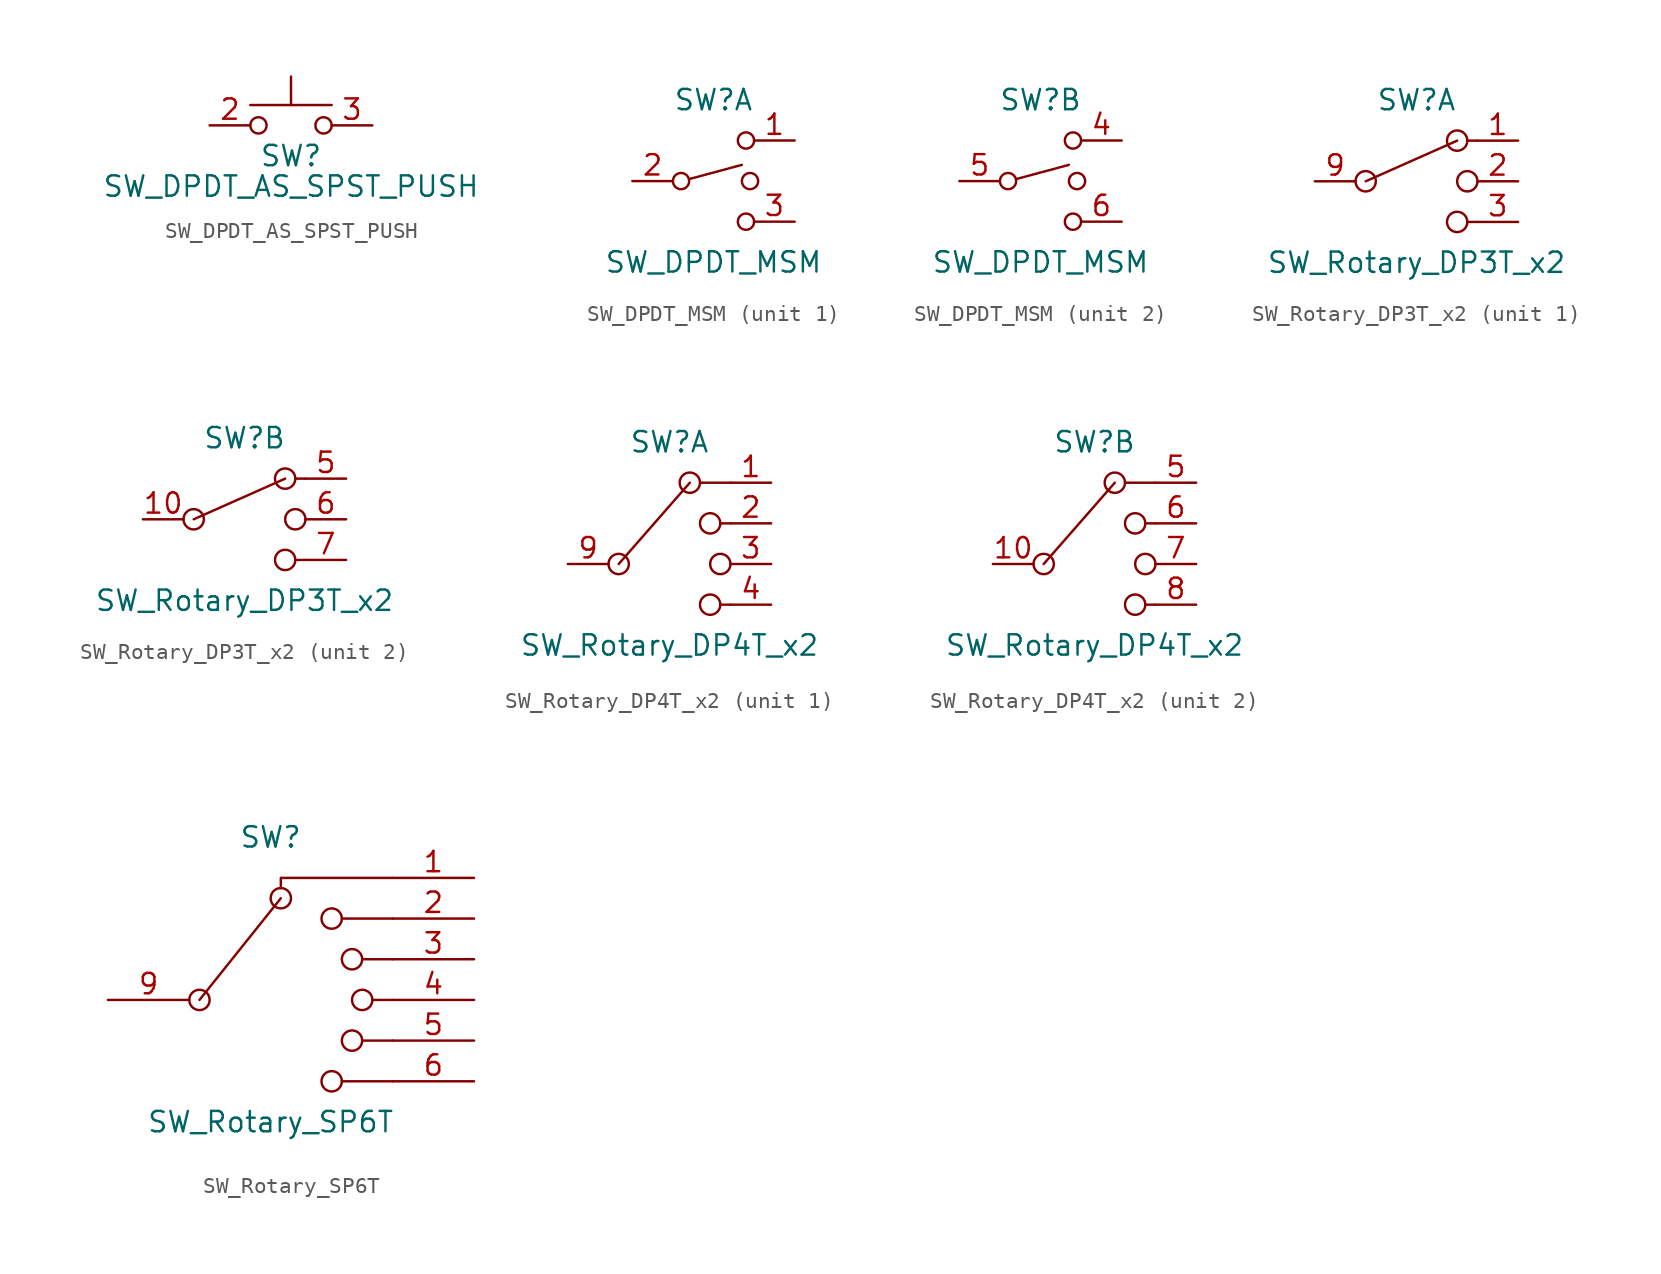
<source format=kicad_sym>
(kicad_symbol_lib
  (version 20231120)
  (generator "kicad_symbol_editor")
  (generator_version "8.0")
  (symbol "SW_DPDT_AS_SPST_PUSH"
    (pin_names
      (offset 0) hide)
    (property "Reference" "SW"
      (at 0 -1.905 0)
      (effects (font (size 1.27 1.27))))
    (property "Value" "SW_DPDT_AS_SPST_PUSH"
      (at 0 -3.81 0)
      (effects (font (size 1.27 1.27))))
    (symbol "SW_DPDT_AS_SPST_PUSH_0_0"
      (circle (center -2.032 0) (radius 0.508) (stroke (width 0) (type default)) (fill (type none)))
      (circle (center 2.032 0) (radius 0.508) (stroke (width 0) (type default)) (fill (type none))))
    (symbol "SW_DPDT_AS_SPST_PUSH_0_1"
      (polyline (pts (xy 0 1.27) (xy 0 3.048)) (stroke (width 0) (type default)) (fill (type none)))
      (polyline (pts (xy 2.54 1.27) (xy -2.54 1.27)) (stroke (width 0) (type default)) (fill (type none))))
    (symbol "SW_DPDT_AS_SPST_PUSH_1_1"
      (pin no_connect line (at 1.27 0 180) (length 2.54) hide (name "~" (effects (font (size 1.27 1.27)))) (number "1" (effects (font (size 1.27 1.27)))))
      (pin passive line (at -5.08 0 0) (length 2.54) (name "~" (effects (font (size 1.27 1.27)))) (number "2" (effects (font (size 1.27 1.27)))))
      (pin passive line (at 5.08 0 180) (length 2.54) (name "~" (effects (font (size 1.27 1.27)))) (number "3" (effects (font (size 1.27 1.27)))))
      (pin no_connect line (at -1.27 0 0) (length 2.54) hide (name "~" (effects (font (size 1.27 1.27)))) (number "4" (effects (font (size 1.27 1.27)))))
      (pin passive line (at -5.08 0 0) (length 2.54) hide (name "~" (effects (font (size 1.27 1.27)))) (number "5" (effects (font (size 1.27 1.27)))))
      (pin passive line (at 5.08 0 180) (length 2.54) hide (name "~" (effects (font (size 1.27 1.27)))) (number "6" (effects (font (size 1.27 1.27)))))))
  (symbol "SW_DPDT_MSM"
    (pin_names
      (offset 0) hide)
    (property "Reference" "SW"
      (at 0 5.08 0)
      (effects (font (size 1.27 1.27))))
    (property "Value" "SW_DPDT_MSM"
      (at 0 -5.08 0)
      (effects (font (size 1.27 1.27))))
    (property "ki_locked" ""
      (at 0 0 0)
      (effects (font (size 1.27 1.27))))
    (symbol "SW_DPDT_MSM_0_0"
      (circle (center -2.032 0) (radius 0.508) (stroke (width 0) (type default)) (fill (type none)))
      (polyline (pts (xy -1.524 0.127) (xy 1.778 1.016)) (stroke (width 0) (type default)) (fill (type none)))
      (circle (center 2.032 -2.54) (radius 0.508) (stroke (width 0) (type default)) (fill (type none))))
    (symbol "SW_DPDT_MSM_0_1"
      (circle (center 2.032 2.54) (radius 0.508) (stroke (width 0) (type default)) (fill (type none)))
      (circle (center 2.286 0) (radius 0.508) (stroke (width 0) (type default)) (fill (type none))))
    (symbol "SW_DPDT_MSM_1_1"
      (pin passive line (at 5.08 2.54 180) (length 2.54) (name "1" (effects (font (size 1.27 1.27)))) (number "1" (effects (font (size 1.27 1.27)))))
      (pin passive line (at -5.08 0 0) (length 2.54) (name "2" (effects (font (size 1.27 1.27)))) (number "2" (effects (font (size 1.27 1.27)))))
      (pin passive line (at 5.08 -2.54 180) (length 2.54) (name "3" (effects (font (size 1.27 1.27)))) (number "3" (effects (font (size 1.27 1.27))))))
    (symbol "SW_DPDT_MSM_2_1"
      (pin passive line (at 5.08 2.54 180) (length 2.54) (name "4" (effects (font (size 1.27 1.27)))) (number "4" (effects (font (size 1.27 1.27)))))
      (pin passive line (at -5.08 0 0) (length 2.54) (name "5" (effects (font (size 1.27 1.27)))) (number "5" (effects (font (size 1.27 1.27)))))
      (pin passive line (at 5.08 -2.54 180) (length 2.54) (name "6" (effects (font (size 1.27 1.27)))) (number "6" (effects (font (size 1.27 1.27)))))))
  (symbol "SW_Rotary_DP3T_x2"
    (pin_names
      (offset 1.016) hide)
    (property "Reference" "SW"
      (at 0 5.08 0)
      (effects (font (size 1.27 1.27))))
    (property "Value" "SW_Rotary_DP3T_x2"
      (at 0 -5.08 0)
      (effects (font (size 1.27 1.27))))
    (property "ki_locked" ""
      (at 0 0 0)
      (effects (font (size 1.27 1.27))))
    (symbol "SW_Rotary_DP3T_x2_1_0"
      (circle (center -3.175 0) (radius 0.635) (stroke (width 0) (type default)) (fill (type none)))
      (polyline (pts (xy 3.175 -2.54) (xy 3.81 -2.54)) (stroke (width 0) (type default)) (fill (type none)))
      (polyline (pts (xy 3.175 2.54) (xy 3.81 2.54)) (stroke (width 0) (type default)) (fill (type none)))
      (circle (center 2.54 -2.54) (radius 0.635) (stroke (width 0) (type default)) (fill (type none)))
      (circle (center 2.54 2.54) (radius 0.635) (stroke (width 0) (type default)) (fill (type none)))
      (circle (center 3.175 0) (radius 0.635) (stroke (width 0) (type default)) (fill (type none))))
    (symbol "SW_Rotary_DP3T_x2_1_1"
      (polyline (pts (xy -3.175 0) (xy 2.54 2.54)) (stroke (width 0) (type default)) (fill (type none)))
      (pin passive line (at 6.35 2.54 180) (length 2.54) (name "1" (effects (font (size 1.27 1.27)))) (number "1" (effects (font (size 1.27 1.27)))))
      (pin passive line (at 6.35 0 180) (length 2.54) (name "2" (effects (font (size 1.27 1.27)))) (number "2" (effects (font (size 1.27 1.27)))))
      (pin passive line (at 6.35 -2.54 180) (length 2.54) (name "3" (effects (font (size 1.27 1.27)))) (number "3" (effects (font (size 1.27 1.27)))))
      (pin no_connect line (at 0 0 0) (length 2.54) hide (name "4" (effects (font (size 1.27 1.27)))) (number "4" (effects (font (size 1.27 1.27)))))
      (pin passive line (at -6.35 0 0) (length 2.54) (name "9" (effects (font (size 1.27 1.27)))) (number "9" (effects (font (size 1.27 1.27))))))
    (symbol "SW_Rotary_DP3T_x2_2_0"
      (circle (center -3.175 0) (radius 0.635) (stroke (width 0) (type default)) (fill (type none)))
      (polyline (pts (xy 3.175 -2.54) (xy 3.81 -2.54)) (stroke (width 0) (type default)) (fill (type none)))
      (polyline (pts (xy 3.175 2.54) (xy 3.81 2.54)) (stroke (width 0) (type default)) (fill (type none)))
      (circle (center 2.54 -2.54) (radius 0.635) (stroke (width 0) (type default)) (fill (type none)))
      (circle (center 2.54 2.54) (radius 0.635) (stroke (width 0) (type default)) (fill (type none)))
      (circle (center 3.175 0) (radius 0.635) (stroke (width 0) (type default)) (fill (type none))))
    (symbol "SW_Rotary_DP3T_x2_2_1"
      (polyline (pts (xy -3.175 0) (xy 2.54 2.54)) (stroke (width 0) (type default)) (fill (type none)))
      (pin passive line (at -6.35 0 0) (length 2.54) (name "10" (effects (font (size 1.27 1.27)))) (number "10" (effects (font (size 1.27 1.27)))))
      (pin passive line (at 6.35 2.54 180) (length 2.54) (name "5" (effects (font (size 1.27 1.27)))) (number "5" (effects (font (size 1.27 1.27)))))
      (pin passive line (at 6.35 0 180) (length 2.54) (name "6" (effects (font (size 1.27 1.27)))) (number "6" (effects (font (size 1.27 1.27)))))
      (pin passive line (at 6.35 -2.54 180) (length 2.54) (name "7" (effects (font (size 1.27 1.27)))) (number "7" (effects (font (size 1.27 1.27)))))
      (pin no_connect line (at 0 0 0) (length 2.54) hide (name "8" (effects (font (size 1.27 1.27)))) (number "8" (effects (font (size 1.27 1.27)))))))
  (symbol "SW_Rotary_DP4T_x2"
    (pin_names
      (offset 1.016) hide)
    (property "Reference" "SW"
      (at 0 7.62 0)
      (effects (font (size 1.27 1.27))))
    (property "Value" "SW_Rotary_DP4T_x2"
      (at 0 -5.08 0)
      (effects (font (size 1.27 1.27))))
    (property "ki_locked" ""
      (at 0 0 0)
      (effects (font (size 1.27 1.27))))
    (symbol "SW_Rotary_DP4T_x2_1_0"
      (circle (center -3.175 0) (radius 0.635) (stroke (width 0) (type default)) (fill (type none)))
      (polyline (pts (xy 1.905 5.08) (xy 3.81 5.08)) (stroke (width 0) (type default)) (fill (type none)))
      (polyline (pts (xy 3.175 -2.54) (xy 3.81 -2.54)) (stroke (width 0) (type default)) (fill (type none)))
      (polyline (pts (xy 3.175 2.54) (xy 3.81 2.54)) (stroke (width 0) (type default)) (fill (type none)))
      (circle (center 1.27 5.08) (radius 0.635) (stroke (width 0) (type default)) (fill (type none)))
      (circle (center 2.54 -2.54) (radius 0.635) (stroke (width 0) (type default)) (fill (type none)))
      (circle (center 2.54 2.54) (radius 0.635) (stroke (width 0) (type default)) (fill (type none)))
      (circle (center 3.175 0) (radius 0.635) (stroke (width 0) (type default)) (fill (type none))))
    (symbol "SW_Rotary_DP4T_x2_1_1"
      (polyline (pts (xy -3.175 0) (xy 1.27 5.08)) (stroke (width 0) (type default)) (fill (type none)))
      (pin passive line (at 6.35 5.08 180) (length 2.54) (name "1" (effects (font (size 1.27 1.27)))) (number "1" (effects (font (size 1.27 1.27)))))
      (pin passive line (at 6.35 2.54 180) (length 2.54) (name "2" (effects (font (size 1.27 1.27)))) (number "2" (effects (font (size 1.27 1.27)))))
      (pin passive line (at 6.35 0 180) (length 2.54) (name "3" (effects (font (size 1.27 1.27)))) (number "3" (effects (font (size 1.27 1.27)))))
      (pin passive line (at 6.35 -2.54 180) (length 2.54) (name "4" (effects (font (size 1.27 1.27)))) (number "4" (effects (font (size 1.27 1.27)))))
      (pin passive line (at -6.35 0 0) (length 2.54) (name "9" (effects (font (size 1.27 1.27)))) (number "9" (effects (font (size 1.27 1.27))))))
    (symbol "SW_Rotary_DP4T_x2_2_0"
      (circle (center -3.175 0) (radius 0.635) (stroke (width 0) (type default)) (fill (type none)))
      (polyline (pts (xy 1.905 5.08) (xy 3.81 5.08)) (stroke (width 0) (type default)) (fill (type none)))
      (polyline (pts (xy 3.175 -2.54) (xy 3.81 -2.54)) (stroke (width 0) (type default)) (fill (type none)))
      (polyline (pts (xy 3.175 2.54) (xy 3.81 2.54)) (stroke (width 0) (type default)) (fill (type none)))
      (circle (center 1.27 5.08) (radius 0.635) (stroke (width 0) (type default)) (fill (type none)))
      (circle (center 2.54 -2.54) (radius 0.635) (stroke (width 0) (type default)) (fill (type none)))
      (circle (center 2.54 2.54) (radius 0.635) (stroke (width 0) (type default)) (fill (type none)))
      (circle (center 3.175 0) (radius 0.635) (stroke (width 0) (type default)) (fill (type none))))
    (symbol "SW_Rotary_DP4T_x2_2_1"
      (polyline (pts (xy -3.175 0) (xy 1.27 5.08)) (stroke (width 0) (type default)) (fill (type none)))
      (pin passive line (at -6.35 0 0) (length 2.54) (name "10" (effects (font (size 1.27 1.27)))) (number "10" (effects (font (size 1.27 1.27)))))
      (pin passive line (at 6.35 5.08 180) (length 2.54) (name "5" (effects (font (size 1.27 1.27)))) (number "5" (effects (font (size 1.27 1.27)))))
      (pin passive line (at 6.35 2.54 180) (length 2.54) (name "6" (effects (font (size 1.27 1.27)))) (number "6" (effects (font (size 1.27 1.27)))))
      (pin passive line (at 6.35 0 180) (length 2.54) (name "7" (effects (font (size 1.27 1.27)))) (number "7" (effects (font (size 1.27 1.27)))))
      (pin passive line (at 6.35 -2.54 180) (length 2.54) (name "8" (effects (font (size 1.27 1.27)))) (number "8" (effects (font (size 1.27 1.27)))))))
  (symbol "SW_Rotary_SP6T"
    (pin_names
      (offset 1.016) hide)
    (property "Reference" "SW"
      (at 0 10.16 0)
      (effects (font (size 1.27 1.27))))
    (property "Value" "SW_Rotary_SP6T"
      (at 0 -7.62 0)
      (effects (font (size 1.27 1.27))))
    (symbol "SW_Rotary_SP6T_1_0"
      (circle (center -4.445 0) (radius 0.635) (stroke (width 0) (type default)) (fill (type none)))
      (polyline (pts (xy -4.445 0) (xy 0.635 6.35)) (stroke (width 0) (type default)) (fill (type none)))
      (polyline (pts (xy 4.445 5.08) (xy 7.62 5.08)) (stroke (width 0) (type default)) (fill (type none)))
      (polyline (pts (xy 5.715 -2.54) (xy 7.62 -2.54)) (stroke (width 0) (type default)) (fill (type none)))
      (polyline (pts (xy 5.715 2.54) (xy 7.62 2.54)) (stroke (width 0) (type default)) (fill (type none)))
      (polyline (pts (xy 6.35 0) (xy 7.62 0)) (stroke (width 0) (type default)) (fill (type none)))
      (polyline (pts (xy 7.62 -5.08) (xy 4.445 -5.08)) (stroke (width 0) (type default)) (fill (type none)))
      (polyline (pts (xy 0.635 6.985) (xy 0.635 7.62) (xy 7.62 7.62)) (stroke (width 0) (type default)) (fill (type none)))
      (circle (center 0.635 6.35) (radius 0.635) (stroke (width 0) (type default)) (fill (type none)))
      (circle (center 3.81 -5.08) (radius 0.635) (stroke (width 0) (type default)) (fill (type none)))
      (circle (center 3.81 5.08) (radius 0.635) (stroke (width 0) (type default)) (fill (type none)))
      (circle (center 5.08 -2.54) (radius 0.635) (stroke (width 0) (type default)) (fill (type none)))
      (circle (center 5.08 2.54) (radius 0.635) (stroke (width 0) (type default)) (fill (type none)))
      (circle (center 5.715 0) (radius 0.635) (stroke (width 0) (type default)) (fill (type none))))
    (symbol "SW_Rotary_SP6T_1_1"
      (pin passive line (at 12.7 7.62 180) (length 5.08) (name "1" (effects (font (size 1.27 1.27)))) (number "1" (effects (font (size 1.27 1.27)))))
      (pin no_connect line (at 0 0 0) (length 5.08) hide (name "10" (effects (font (size 1.27 1.27)))) (number "10" (effects (font (size 1.27 1.27)))))
      (pin passive line (at 12.7 5.08 180) (length 5.08) (name "2" (effects (font (size 1.27 1.27)))) (number "2" (effects (font (size 1.27 1.27)))))
      (pin passive line (at 12.7 2.54 180) (length 5.08) (name "3" (effects (font (size 1.27 1.27)))) (number "3" (effects (font (size 1.27 1.27)))))
      (pin passive line (at 12.7 0 180) (length 5.08) (name "4" (effects (font (size 1.27 1.27)))) (number "4" (effects (font (size 1.27 1.27)))))
      (pin passive line (at 12.7 -2.54 180) (length 5.08) (name "5" (effects (font (size 1.27 1.27)))) (number "5" (effects (font (size 1.27 1.27)))))
      (pin passive line (at 12.7 -5.08 180) (length 5.08) (name "6" (effects (font (size 1.27 1.27)))) (number "6" (effects (font (size 1.27 1.27)))))
      (pin no_connect line (at 0 0 0) (length 5.08) hide (name "7" (effects (font (size 1.27 1.27)))) (number "7" (effects (font (size 1.27 1.27)))))
      (pin no_connect line (at 0 0 0) (length 5.08) hide (name "8" (effects (font (size 1.27 1.27)))) (number "8" (effects (font (size 1.27 1.27)))))
      (pin passive line (at -10.16 0 0) (length 5.08) (name "9" (effects (font (size 1.27 1.27)))) (number "9" (effects (font (size 1.27 1.27))))))))
</source>
